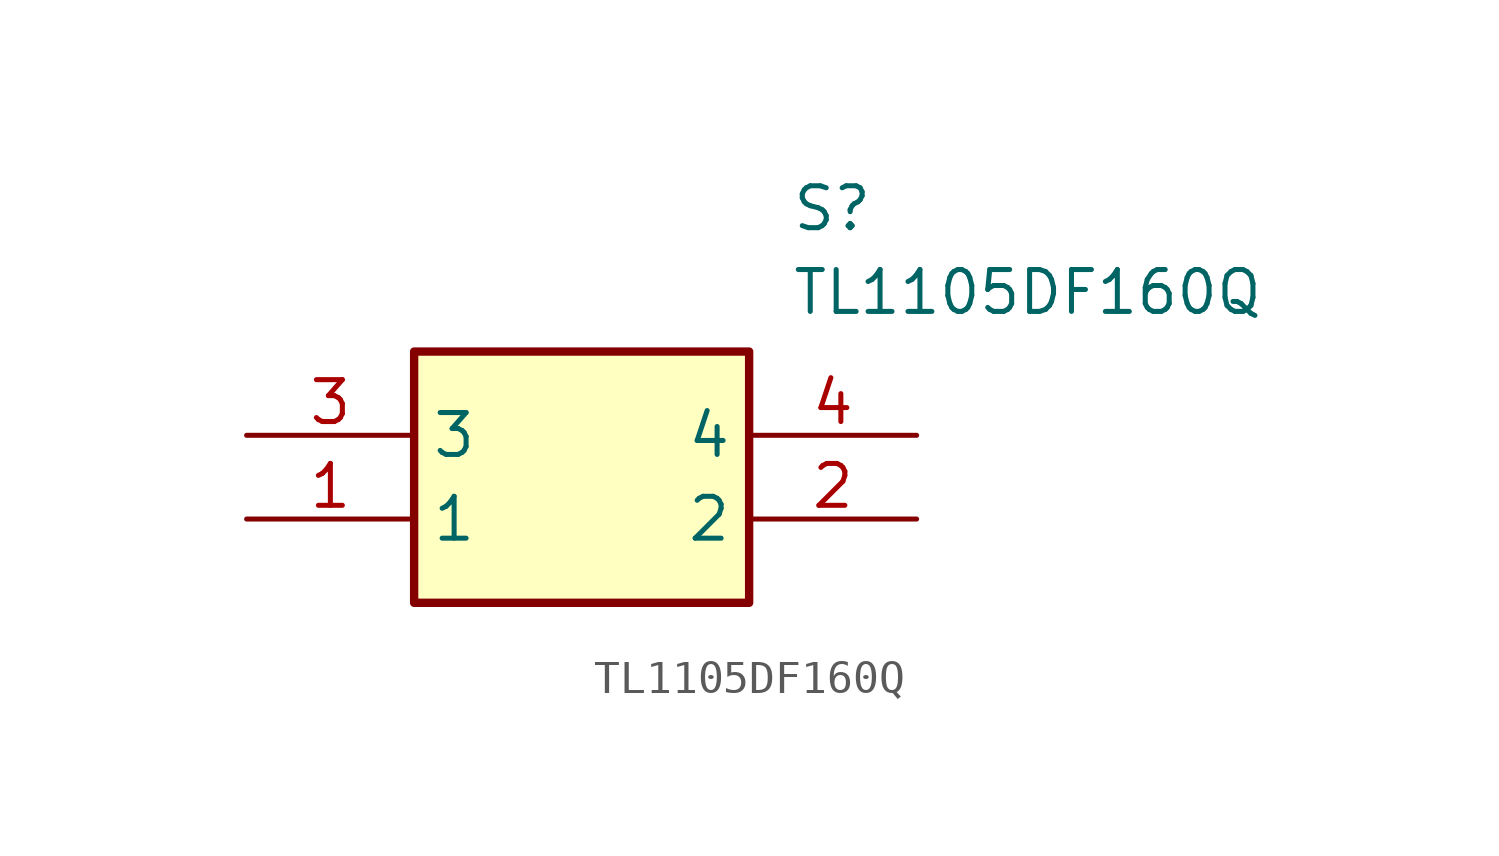
<source format=kicad_sym>
(kicad_symbol_lib
  (version 20241209)
  (generator "kicad_symbol_editor")
  (generator_version "9.0")
  (symbol "TL1105DF160Q"
    (property "Reference" "S"
      (at 16.51 7.62 0)
      (effects (font (size 1.27 1.27)) (justify left top)))
    (property "Value" "TL1105DF160Q"
      (at 16.51 5.08 0)
      (effects (font (size 1.27 1.27)) (justify left top)))
    (symbol "TL1105DF160Q_1_1"
      (rectangle (start 5.08 2.54) (end 15.24 -5.08) (stroke (width 0.254) (type default)) (fill (type background)))
      (pin passive line (at 0 0 0) (length 5.08) (name "3" (effects (font (size 1.27 1.27)))) (number "3" (effects (font (size 1.27 1.27)))))
      (pin passive line (at 0 -2.54 0) (length 5.08) (name "1" (effects (font (size 1.27 1.27)))) (number "1" (effects (font (size 1.27 1.27)))))
      (pin passive line (at 20.32 0 180) (length 5.08) (name "4" (effects (font (size 1.27 1.27)))) (number "4" (effects (font (size 1.27 1.27)))))
      (pin passive line (at 20.32 -2.54 180) (length 5.08) (name "2" (effects (font (size 1.27 1.27)))) (number "2" (effects (font (size 1.27 1.27))))))))
</source>
